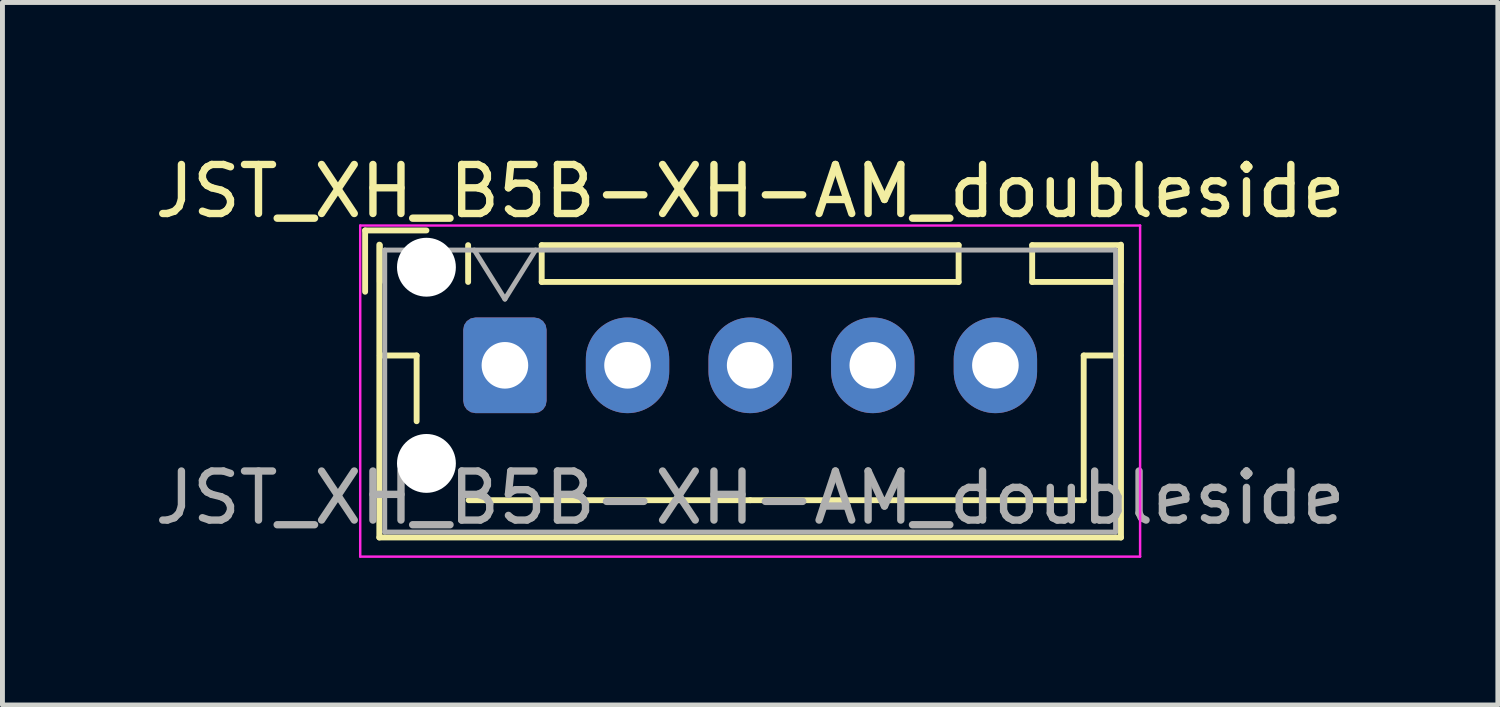
<source format=kicad_pcb>
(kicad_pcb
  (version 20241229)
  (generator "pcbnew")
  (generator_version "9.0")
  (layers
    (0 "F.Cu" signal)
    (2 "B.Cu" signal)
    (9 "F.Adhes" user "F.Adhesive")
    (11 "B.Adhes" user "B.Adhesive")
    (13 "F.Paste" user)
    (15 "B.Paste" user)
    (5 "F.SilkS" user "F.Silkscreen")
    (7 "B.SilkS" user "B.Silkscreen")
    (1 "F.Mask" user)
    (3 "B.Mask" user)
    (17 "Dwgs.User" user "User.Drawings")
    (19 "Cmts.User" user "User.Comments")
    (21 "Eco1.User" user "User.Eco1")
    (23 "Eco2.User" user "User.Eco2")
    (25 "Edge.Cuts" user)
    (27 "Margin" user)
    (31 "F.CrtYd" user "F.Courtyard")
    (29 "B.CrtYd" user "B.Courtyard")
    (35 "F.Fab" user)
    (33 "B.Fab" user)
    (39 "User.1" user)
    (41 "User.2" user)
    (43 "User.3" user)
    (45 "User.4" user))
  (footprint "JST_XH_B5B-XH-AM_doubleside"
    (layer "F.Cu")
    (at 7.244 4.398)
    (property "Reference" "JST_XH_B5B-XH-AM_doubleside" (at 5 -3.55 0) (layer "F.SilkS") (effects (font (size 1 1) (thickness 0.15))))
    (attr through_hole)
    (fp_line (start -2.85 -2.75) (end -2.85 -1.5) (stroke (width 0.12) (type solid)) (layer "F.SilkS"))
    (fp_line (start -2.56 -2.46) (end -2.56 3.51) (stroke (width 0.12) (type solid)) (layer "F.SilkS"))
    (fp_line (start -2.56 3.51) (end 12.56 3.51) (stroke (width 0.12) (type solid)) (layer "F.SilkS"))
    (fp_line (start -2.55 -2.45) (end -2.55 -1.7) (stroke (width 0.12) (type solid)) (layer "F.SilkS"))
    (fp_line (start -2.55 -0.2) (end -1.8 -0.2) (stroke (width 0.12) (type solid)) (layer "F.SilkS"))
    (fp_line (start -1.8 -0.2) (end -1.8 1.14) (stroke (width 0.12) (type solid)) (layer "F.SilkS"))
    (fp_line (start -1.6 -2.75) (end -2.85 -2.75) (stroke (width 0.12) (type solid)) (layer "F.SilkS"))
    (fp_line (start -0.75 -1.7) (end -0.75 -2.45) (stroke (width 0.12) (type solid)) (layer "F.SilkS"))
    (fp_line (start 0.75 -2.45) (end 0.75 -1.7) (stroke (width 0.12) (type solid)) (layer "F.SilkS"))
    (fp_line (start 0.75 -1.7) (end 9.25 -1.7) (stroke (width 0.12) (type solid)) (layer "F.SilkS"))
    (fp_line (start 5 2.75) (end -0.74 2.75) (stroke (width 0.12) (type solid)) (layer "F.SilkS"))
    (fp_line (start 9.25 -2.45) (end 0.75 -2.45) (stroke (width 0.12) (type solid)) (layer "F.SilkS"))
    (fp_line (start 9.25 -1.7) (end 9.25 -2.45) (stroke (width 0.12) (type solid)) (layer "F.SilkS"))
    (fp_line (start 10.75 -2.45) (end 10.75 -1.7) (stroke (width 0.12) (type solid)) (layer "F.SilkS"))
    (fp_line (start 10.75 -1.7) (end 12.55 -1.7) (stroke (width 0.12) (type solid)) (layer "F.SilkS"))
    (fp_line (start 11.8 -0.2) (end 11.8 2.75) (stroke (width 0.12) (type solid)) (layer "F.SilkS"))
    (fp_line (start 11.8 2.75) (end 5 2.75) (stroke (width 0.12) (type solid)) (layer "F.SilkS"))
    (fp_line (start 12.55 -2.45) (end 10.75 -2.45) (stroke (width 0.12) (type solid)) (layer "F.SilkS"))
    (fp_line (start 12.55 -1.7) (end 12.55 -2.45) (stroke (width 0.12) (type solid)) (layer "F.SilkS"))
    (fp_line (start 12.55 -0.2) (end 11.8 -0.2) (stroke (width 0.12) (type solid)) (layer "F.SilkS"))
    (fp_line (start 12.56 3.51) (end 12.56 -2.46) (stroke (width 0.12) (type solid)) (layer "F.SilkS"))
    (fp_line (start -2.95 -2.85) (end -2.95 3.9) (stroke (width 0.05) (type solid)) (layer "F.CrtYd"))
    (fp_line (start -2.95 3.9) (end 12.95 3.9) (stroke (width 0.05) (type solid)) (layer "F.CrtYd"))
    (fp_line (start 12.95 -2.85) (end -2.95 -2.85) (stroke (width 0.05) (type solid)) (layer "F.CrtYd"))
    (fp_line (start 12.95 3.9) (end 12.95 -2.85) (stroke (width 0.05) (type solid)) (layer "F.CrtYd"))
    (fp_line (start -2.45 -2.35) (end -2.45 3.4) (stroke (width 0.1) (type solid)) (layer "F.Fab"))
    (fp_line (start -2.45 3.4) (end 12.45 3.4) (stroke (width 0.1) (type solid)) (layer "F.Fab"))
    (fp_line (start -0.625 -2.35) (end 0 -1.35) (stroke (width 0.1) (type solid)) (layer "F.Fab"))
    (fp_line (start 0 -1.35) (end 0.625 -2.35) (stroke (width 0.1) (type solid)) (layer "F.Fab"))
    (fp_line (start 12.45 -2.35) (end -2.45 -2.35) (stroke (width 0.1) (type solid)) (layer "F.Fab"))
    (fp_line (start 12.45 3.4) (end 12.45 -2.35) (stroke (width 0.1) (type solid)) (layer "F.Fab"))
    (fp_text user "${REFERENCE}" (at 5 2.7 0) (layer "F.Fab") (effects (font (size 1 1) (thickness 0.15))))
    (pad "" np_thru_hole circle (at -1.6 -2) (size 1.2 1.2) (drill 1.2) (layers "*.Cu" "*.Mask"))
    (pad "" np_thru_hole circle (at -1.6 2) (size 1.2 1.2) (drill 1.2) (layers "*.Cu" "*.Mask"))
    (pad "1" thru_hole roundrect (at 0 0) (size 1.7 1.95) (drill 0.95) (layers "*.Cu" "*.Mask") (roundrect_rratio 0.147))
    (pad "2" thru_hole oval (at 2.5 0) (size 1.7 1.95) (drill 0.95) (layers "*.Cu" "*.Mask"))
    (pad "3" thru_hole oval (at 5 0) (size 1.7 1.95) (drill 0.95) (layers "*.Cu" "*.Mask"))
    (pad "4" thru_hole oval (at 7.5 0) (size 1.7 1.95) (drill 0.95) (layers "*.Cu" "*.Mask"))
    (pad "5" thru_hole oval (at 10 0) (size 1.7 1.95) (drill 0.95) (layers "*.Cu" "*.Mask")))
  (gr_rect
    (start -3 -3)
    (end 27.488 11.323)
    (stroke (width 0.1) (type default))
    (fill no)
    (layer "Edge.Cuts")))
</source>
